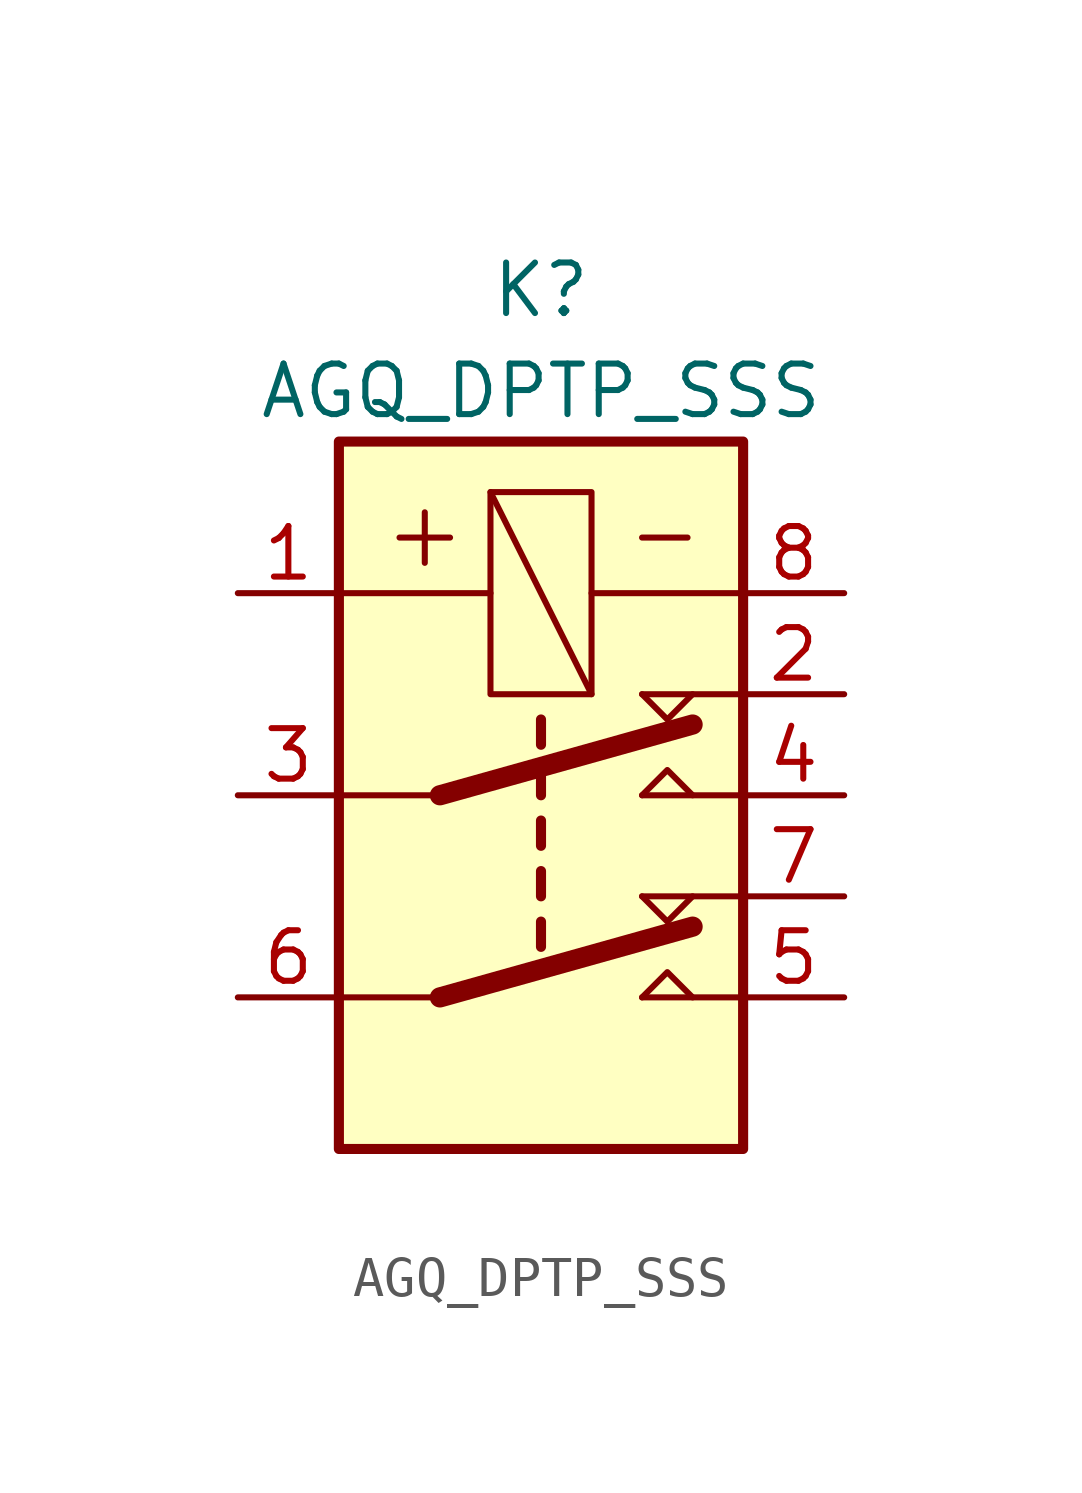
<source format=kicad_sym>
(kicad_symbol_lib
  (version 20220102)
  (generator kicad_symbol_editor)
  (symbol "AGQ_DPTP_SSS"
    (property "Reference" "K"
      (at 0 12.7 0)
      (effects (font (size 1.27 1.27))))
    (property "Value" "AGQ_DPTP_SSS"
      (at 0 10.16 0)
      (effects (font (size 1.27 1.27))))
    (symbol "AGQ_DPTP_SSS_0_1"
      (rectangle (start -1.27 7.62) (end 1.27 2.54) (stroke (width 0) (type default)) (fill (type none)))
      (polyline (pts (xy -3.556 6.477) (xy -2.286 6.477)) (stroke (width 0) (type default)) (fill (type none)))
      (polyline (pts (xy -2.921 5.842) (xy -2.921 7.112)) (stroke (width 0) (type default)) (fill (type none)))
      (polyline (pts (xy -1.27 7.62) (xy 1.27 2.54)) (stroke (width 0) (type default)) (fill (type none)))
      (polyline (pts (xy 2.54 6.477) (xy 3.683 6.477)) (stroke (width 0) (type default)) (fill (type none)))
      (polyline (pts (xy 5.08 -2.54) (xy 2.54 -2.54)) (stroke (width 0) (type default)) (fill (type none)))
      (polyline (pts (xy 5.08 2.54) (xy 2.54 2.54)) (stroke (width 0) (type default)) (fill (type none)))
      (polyline (pts (xy 2.54 -2.54) (xy 3.175 -3.175) (xy 3.81 -2.54)) (stroke (width 0) (type default)) (fill (type none)))
      (polyline (pts (xy 2.54 2.54) (xy 3.175 1.905) (xy 3.81 2.54)) (stroke (width 0) (type default)) (fill (type none))))
    (symbol "AGQ_DPTP_SSS_1_1"
      (polyline (pts (xy -2.54 -5.08) (xy -5.08 -5.08)) (stroke (width 0) (type default)) (fill (type none)))
      (polyline (pts (xy -2.54 -5.08) (xy 3.81 -3.302)) (stroke (width 0.508) (type default)) (fill (type none)))
      (polyline (pts (xy -2.54 0) (xy -5.08 0)) (stroke (width 0) (type default)) (fill (type none)))
      (polyline (pts (xy -2.54 0) (xy 3.81 1.778)) (stroke (width 0.508) (type default)) (fill (type none)))
      (polyline (pts (xy 0 -3.175) (xy 0 -3.81)) (stroke (width 0.254) (type default)) (fill (type none)))
      (polyline (pts (xy 0 -1.905) (xy 0 -2.54)) (stroke (width 0.254) (type default)) (fill (type none)))
      (polyline (pts (xy 0 -0.635) (xy 0 -1.27)) (stroke (width 0.254) (type default)) (fill (type none)))
      (polyline (pts (xy 0 0.635) (xy 0 0)) (stroke (width 0.254) (type default)) (fill (type none)))
      (polyline (pts (xy 0 1.905) (xy 0 1.27)) (stroke (width 0.254) (type default)) (fill (type none)))
      (polyline (pts (xy 2.54 -5.08) (xy 5.08 -5.08)) (stroke (width 0) (type default)) (fill (type none)))
      (polyline (pts (xy 2.54 0) (xy 5.08 0)) (stroke (width 0) (type default)) (fill (type none)))
      (polyline (pts (xy 5.08 5.08) (xy 1.27 5.08)) (stroke (width 0) (type default)) (fill (type none)))
      (polyline (pts (xy -5.08 5.08) (xy -1.27 5.08) (xy -1.524 5.08)) (stroke (width 0) (type default)) (fill (type none)))
      (polyline (pts (xy 2.54 -5.08) (xy 3.175 -4.445) (xy 3.81 -5.08)) (stroke (width 0) (type default)) (fill (type none)))
      (polyline (pts (xy 2.54 0) (xy 3.175 0.635) (xy 3.81 0)) (stroke (width 0) (type default)) (fill (type none)))
      (rectangle (start 5.08 8.89) (end -5.08 -8.89) (stroke (width 0.254) (type default)) (fill (type background)))
      (pin passive line (at -7.62 5.08 0) (length 2.54) (name "~" (effects (font (size 1.27 1.27)))) (number "1" (effects (font (size 1.27 1.27)))))
      (pin passive line (at 7.62 2.54 180) (length 2.54) (name "~" (effects (font (size 1.27 1.27)))) (number "2" (effects (font (size 1.27 1.27)))))
      (pin passive line (at -7.62 0 0) (length 2.54) (name "~" (effects (font (size 1.27 1.27)))) (number "3" (effects (font (size 1.27 1.27)))))
      (pin passive line (at 7.62 0 180) (length 2.54) (name "~" (effects (font (size 1.27 1.27)))) (number "4" (effects (font (size 1.27 1.27)))))
      (pin passive line (at 7.62 -5.08 180) (length 2.54) (name "~" (effects (font (size 1.27 1.27)))) (number "5" (effects (font (size 1.27 1.27)))))
      (pin passive line (at -7.62 -5.08 0) (length 2.54) (name "~" (effects (font (size 1.27 1.27)))) (number "6" (effects (font (size 1.27 1.27)))))
      (pin passive line (at 7.62 -2.54 180) (length 2.54) (name "~" (effects (font (size 1.27 1.27)))) (number "7" (effects (font (size 1.27 1.27)))))
      (pin passive line (at 7.62 5.08 180) (length 2.54) (name "~" (effects (font (size 1.27 1.27)))) (number "8" (effects (font (size 1.27 1.27))))))))
</source>
